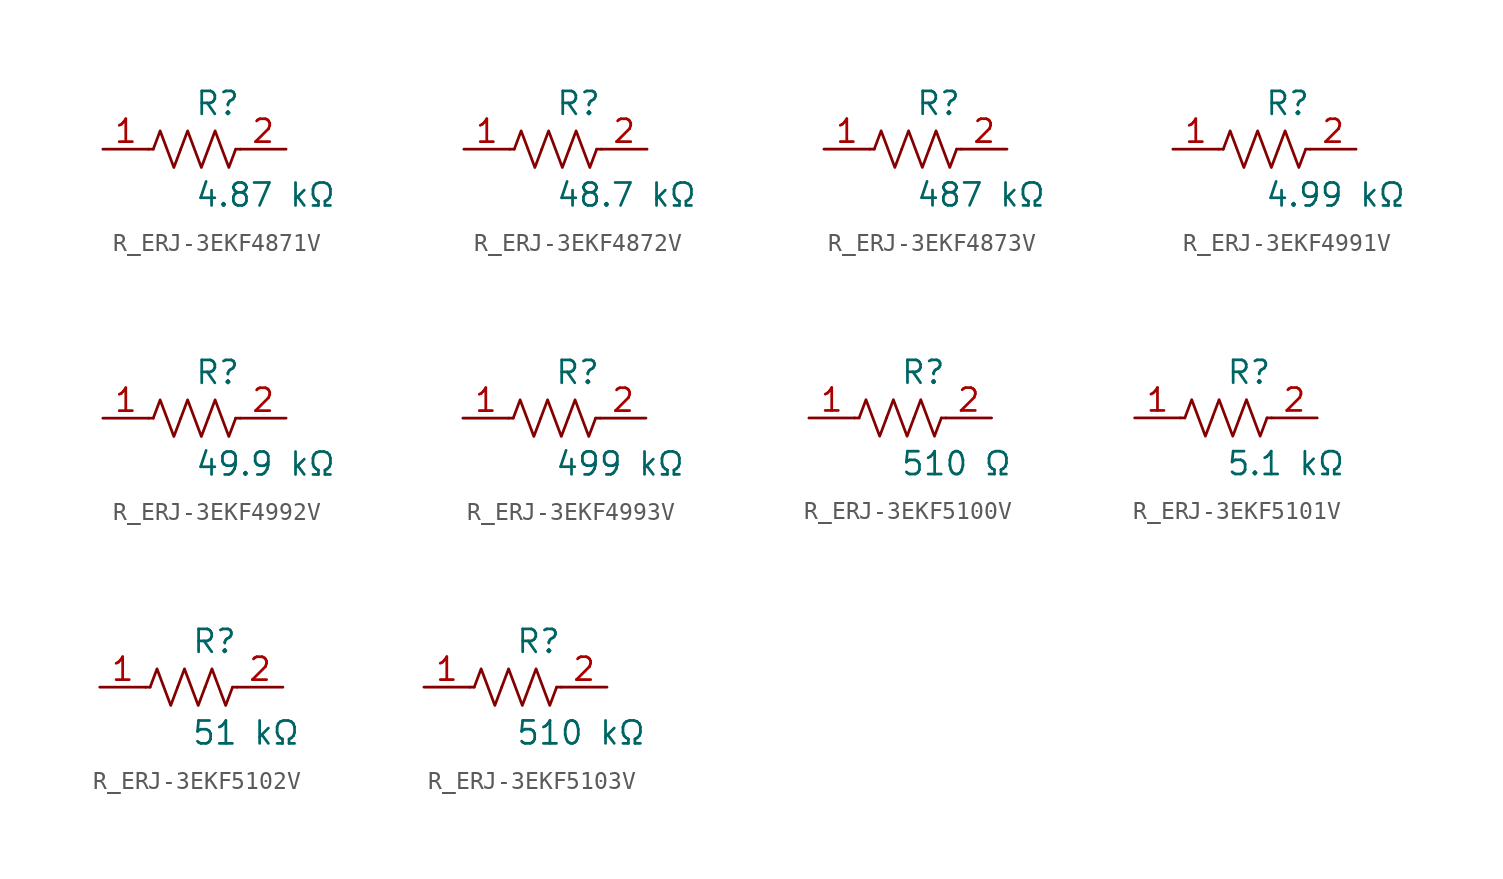
<source format=kicad_sym>
(kicad_symbol_lib
  (version 20231120)
  (generator kicad_symbol_editor)
  (generator_version 8.0)
  (symbol "R_ERJ-3EKF4871V"
    (pin_names
      (offset 0.254))
    (property "Reference" "R"
      (at 0.0 2.54 0)
      (effects (font (size 1.27 1.27)) (justify left)))
    (property "Value" "4.87 kΩ"
      (at 0.0 -2.54 0)
      (effects (font (size 1.27 1.27)) (justify left)))
    (symbol "R_ERJ-3EKF4871V_0_1"
      (polyline (pts (xy 2.286 0) (xy 2.54 0)) (stroke (width 0) (type default)) (fill (type none)))
      (polyline (pts (xy -2.286 0) (xy -2.54 0)) (stroke (width 0) (type default)) (fill (type none)))
      (polyline (pts (xy 0.762 0) (xy 1.143 1.016) (xy 1.524 0) (xy 1.905 -1.016) (xy 2.286 0)) (stroke (width 0) (type default)) (fill (type none)))
      (polyline (pts (xy -0.762 0) (xy -0.381 1.016) (xy 0 0) (xy 0.381 -1.016) (xy 0.762 0)) (stroke (width 0) (type default)) (fill (type none)))
      (polyline (pts (xy -2.286 0) (xy -1.905 1.016) (xy -1.524 0) (xy -1.143 -1.016) (xy -0.762 0)) (stroke (width 0) (type default)) (fill (type none))))
    (pin unspecified line
      (at -5.08 0 0)
      (length 2.54)
      (name "" (effects (font (size 1.27 1.27))))
      (number "1" (effects (font (size 1.27 1.27)))))
    (pin unspecified line
      (at 5.08 0 180)
      (length 2.54)
      (name "" (effects (font (size 1.27 1.27))))
      (number "2" (effects (font (size 1.27 1.27))))))
  (symbol "R_ERJ-3EKF4872V"
    (pin_names
      (offset 0.254))
    (property "Reference" "R"
      (at 0.0 2.54 0)
      (effects (font (size 1.27 1.27)) (justify left)))
    (property "Value" "48.7 kΩ"
      (at 0.0 -2.54 0)
      (effects (font (size 1.27 1.27)) (justify left)))
    (symbol "R_ERJ-3EKF4872V_0_1"
      (polyline (pts (xy 2.286 0) (xy 2.54 0)) (stroke (width 0) (type default)) (fill (type none)))
      (polyline (pts (xy -2.286 0) (xy -2.54 0)) (stroke (width 0) (type default)) (fill (type none)))
      (polyline (pts (xy 0.762 0) (xy 1.143 1.016) (xy 1.524 0) (xy 1.905 -1.016) (xy 2.286 0)) (stroke (width 0) (type default)) (fill (type none)))
      (polyline (pts (xy -0.762 0) (xy -0.381 1.016) (xy 0 0) (xy 0.381 -1.016) (xy 0.762 0)) (stroke (width 0) (type default)) (fill (type none)))
      (polyline (pts (xy -2.286 0) (xy -1.905 1.016) (xy -1.524 0) (xy -1.143 -1.016) (xy -0.762 0)) (stroke (width 0) (type default)) (fill (type none))))
    (pin unspecified line
      (at -5.08 0 0)
      (length 2.54)
      (name "" (effects (font (size 1.27 1.27))))
      (number "1" (effects (font (size 1.27 1.27)))))
    (pin unspecified line
      (at 5.08 0 180)
      (length 2.54)
      (name "" (effects (font (size 1.27 1.27))))
      (number "2" (effects (font (size 1.27 1.27))))))
  (symbol "R_ERJ-3EKF4873V"
    (pin_names
      (offset 0.254))
    (property "Reference" "R"
      (at 0.0 2.54 0)
      (effects (font (size 1.27 1.27)) (justify left)))
    (property "Value" "487 kΩ"
      (at 0.0 -2.54 0)
      (effects (font (size 1.27 1.27)) (justify left)))
    (symbol "R_ERJ-3EKF4873V_0_1"
      (polyline (pts (xy 2.286 0) (xy 2.54 0)) (stroke (width 0) (type default)) (fill (type none)))
      (polyline (pts (xy -2.286 0) (xy -2.54 0)) (stroke (width 0) (type default)) (fill (type none)))
      (polyline (pts (xy 0.762 0) (xy 1.143 1.016) (xy 1.524 0) (xy 1.905 -1.016) (xy 2.286 0)) (stroke (width 0) (type default)) (fill (type none)))
      (polyline (pts (xy -0.762 0) (xy -0.381 1.016) (xy 0 0) (xy 0.381 -1.016) (xy 0.762 0)) (stroke (width 0) (type default)) (fill (type none)))
      (polyline (pts (xy -2.286 0) (xy -1.905 1.016) (xy -1.524 0) (xy -1.143 -1.016) (xy -0.762 0)) (stroke (width 0) (type default)) (fill (type none))))
    (pin unspecified line
      (at -5.08 0 0)
      (length 2.54)
      (name "" (effects (font (size 1.27 1.27))))
      (number "1" (effects (font (size 1.27 1.27)))))
    (pin unspecified line
      (at 5.08 0 180)
      (length 2.54)
      (name "" (effects (font (size 1.27 1.27))))
      (number "2" (effects (font (size 1.27 1.27))))))
  (symbol "R_ERJ-3EKF4991V"
    (pin_names
      (offset 0.254))
    (property "Reference" "R"
      (at 0.0 2.54 0)
      (effects (font (size 1.27 1.27)) (justify left)))
    (property "Value" "4.99 kΩ"
      (at 0.0 -2.54 0)
      (effects (font (size 1.27 1.27)) (justify left)))
    (symbol "R_ERJ-3EKF4991V_0_1"
      (polyline (pts (xy 2.286 0) (xy 2.54 0)) (stroke (width 0) (type default)) (fill (type none)))
      (polyline (pts (xy -2.286 0) (xy -2.54 0)) (stroke (width 0) (type default)) (fill (type none)))
      (polyline (pts (xy 0.762 0) (xy 1.143 1.016) (xy 1.524 0) (xy 1.905 -1.016) (xy 2.286 0)) (stroke (width 0) (type default)) (fill (type none)))
      (polyline (pts (xy -0.762 0) (xy -0.381 1.016) (xy 0 0) (xy 0.381 -1.016) (xy 0.762 0)) (stroke (width 0) (type default)) (fill (type none)))
      (polyline (pts (xy -2.286 0) (xy -1.905 1.016) (xy -1.524 0) (xy -1.143 -1.016) (xy -0.762 0)) (stroke (width 0) (type default)) (fill (type none))))
    (pin unspecified line
      (at -5.08 0 0)
      (length 2.54)
      (name "" (effects (font (size 1.27 1.27))))
      (number "1" (effects (font (size 1.27 1.27)))))
    (pin unspecified line
      (at 5.08 0 180)
      (length 2.54)
      (name "" (effects (font (size 1.27 1.27))))
      (number "2" (effects (font (size 1.27 1.27))))))
  (symbol "R_ERJ-3EKF4992V"
    (pin_names
      (offset 0.254))
    (property "Reference" "R"
      (at 0.0 2.54 0)
      (effects (font (size 1.27 1.27)) (justify left)))
    (property "Value" "49.9 kΩ"
      (at 0.0 -2.54 0)
      (effects (font (size 1.27 1.27)) (justify left)))
    (symbol "R_ERJ-3EKF4992V_0_1"
      (polyline (pts (xy 2.286 0) (xy 2.54 0)) (stroke (width 0) (type default)) (fill (type none)))
      (polyline (pts (xy -2.286 0) (xy -2.54 0)) (stroke (width 0) (type default)) (fill (type none)))
      (polyline (pts (xy 0.762 0) (xy 1.143 1.016) (xy 1.524 0) (xy 1.905 -1.016) (xy 2.286 0)) (stroke (width 0) (type default)) (fill (type none)))
      (polyline (pts (xy -0.762 0) (xy -0.381 1.016) (xy 0 0) (xy 0.381 -1.016) (xy 0.762 0)) (stroke (width 0) (type default)) (fill (type none)))
      (polyline (pts (xy -2.286 0) (xy -1.905 1.016) (xy -1.524 0) (xy -1.143 -1.016) (xy -0.762 0)) (stroke (width 0) (type default)) (fill (type none))))
    (pin unspecified line
      (at -5.08 0 0)
      (length 2.54)
      (name "" (effects (font (size 1.27 1.27))))
      (number "1" (effects (font (size 1.27 1.27)))))
    (pin unspecified line
      (at 5.08 0 180)
      (length 2.54)
      (name "" (effects (font (size 1.27 1.27))))
      (number "2" (effects (font (size 1.27 1.27))))))
  (symbol "R_ERJ-3EKF4993V"
    (pin_names
      (offset 0.254))
    (property "Reference" "R"
      (at 0.0 2.54 0)
      (effects (font (size 1.27 1.27)) (justify left)))
    (property "Value" "499 kΩ"
      (at 0.0 -2.54 0)
      (effects (font (size 1.27 1.27)) (justify left)))
    (symbol "R_ERJ-3EKF4993V_0_1"
      (polyline (pts (xy 2.286 0) (xy 2.54 0)) (stroke (width 0) (type default)) (fill (type none)))
      (polyline (pts (xy -2.286 0) (xy -2.54 0)) (stroke (width 0) (type default)) (fill (type none)))
      (polyline (pts (xy 0.762 0) (xy 1.143 1.016) (xy 1.524 0) (xy 1.905 -1.016) (xy 2.286 0)) (stroke (width 0) (type default)) (fill (type none)))
      (polyline (pts (xy -0.762 0) (xy -0.381 1.016) (xy 0 0) (xy 0.381 -1.016) (xy 0.762 0)) (stroke (width 0) (type default)) (fill (type none)))
      (polyline (pts (xy -2.286 0) (xy -1.905 1.016) (xy -1.524 0) (xy -1.143 -1.016) (xy -0.762 0)) (stroke (width 0) (type default)) (fill (type none))))
    (pin unspecified line
      (at -5.08 0 0)
      (length 2.54)
      (name "" (effects (font (size 1.27 1.27))))
      (number "1" (effects (font (size 1.27 1.27)))))
    (pin unspecified line
      (at 5.08 0 180)
      (length 2.54)
      (name "" (effects (font (size 1.27 1.27))))
      (number "2" (effects (font (size 1.27 1.27))))))
  (symbol "R_ERJ-3EKF5100V"
    (pin_names
      (offset 0.254))
    (property "Reference" "R"
      (at 0.0 2.54 0)
      (effects (font (size 1.27 1.27)) (justify left)))
    (property "Value" "510 Ω"
      (at 0.0 -2.54 0)
      (effects (font (size 1.27 1.27)) (justify left)))
    (symbol "R_ERJ-3EKF5100V_0_1"
      (polyline (pts (xy 2.286 0) (xy 2.54 0)) (stroke (width 0) (type default)) (fill (type none)))
      (polyline (pts (xy -2.286 0) (xy -2.54 0)) (stroke (width 0) (type default)) (fill (type none)))
      (polyline (pts (xy 0.762 0) (xy 1.143 1.016) (xy 1.524 0) (xy 1.905 -1.016) (xy 2.286 0)) (stroke (width 0) (type default)) (fill (type none)))
      (polyline (pts (xy -0.762 0) (xy -0.381 1.016) (xy 0 0) (xy 0.381 -1.016) (xy 0.762 0)) (stroke (width 0) (type default)) (fill (type none)))
      (polyline (pts (xy -2.286 0) (xy -1.905 1.016) (xy -1.524 0) (xy -1.143 -1.016) (xy -0.762 0)) (stroke (width 0) (type default)) (fill (type none))))
    (pin unspecified line
      (at -5.08 0 0)
      (length 2.54)
      (name "" (effects (font (size 1.27 1.27))))
      (number "1" (effects (font (size 1.27 1.27)))))
    (pin unspecified line
      (at 5.08 0 180)
      (length 2.54)
      (name "" (effects (font (size 1.27 1.27))))
      (number "2" (effects (font (size 1.27 1.27))))))
  (symbol "R_ERJ-3EKF5101V"
    (pin_names
      (offset 0.254))
    (property "Reference" "R"
      (at 0.0 2.54 0)
      (effects (font (size 1.27 1.27)) (justify left)))
    (property "Value" "5.1 kΩ"
      (at 0.0 -2.54 0)
      (effects (font (size 1.27 1.27)) (justify left)))
    (symbol "R_ERJ-3EKF5101V_0_1"
      (polyline (pts (xy 2.286 0) (xy 2.54 0)) (stroke (width 0) (type default)) (fill (type none)))
      (polyline (pts (xy -2.286 0) (xy -2.54 0)) (stroke (width 0) (type default)) (fill (type none)))
      (polyline (pts (xy 0.762 0) (xy 1.143 1.016) (xy 1.524 0) (xy 1.905 -1.016) (xy 2.286 0)) (stroke (width 0) (type default)) (fill (type none)))
      (polyline (pts (xy -0.762 0) (xy -0.381 1.016) (xy 0 0) (xy 0.381 -1.016) (xy 0.762 0)) (stroke (width 0) (type default)) (fill (type none)))
      (polyline (pts (xy -2.286 0) (xy -1.905 1.016) (xy -1.524 0) (xy -1.143 -1.016) (xy -0.762 0)) (stroke (width 0) (type default)) (fill (type none))))
    (pin unspecified line
      (at -5.08 0 0)
      (length 2.54)
      (name "" (effects (font (size 1.27 1.27))))
      (number "1" (effects (font (size 1.27 1.27)))))
    (pin unspecified line
      (at 5.08 0 180)
      (length 2.54)
      (name "" (effects (font (size 1.27 1.27))))
      (number "2" (effects (font (size 1.27 1.27))))))
  (symbol "R_ERJ-3EKF5102V"
    (pin_names
      (offset 0.254))
    (property "Reference" "R"
      (at 0.0 2.54 0)
      (effects (font (size 1.27 1.27)) (justify left)))
    (property "Value" "51 kΩ"
      (at 0.0 -2.54 0)
      (effects (font (size 1.27 1.27)) (justify left)))
    (symbol "R_ERJ-3EKF5102V_0_1"
      (polyline (pts (xy 2.286 0) (xy 2.54 0)) (stroke (width 0) (type default)) (fill (type none)))
      (polyline (pts (xy -2.286 0) (xy -2.54 0)) (stroke (width 0) (type default)) (fill (type none)))
      (polyline (pts (xy 0.762 0) (xy 1.143 1.016) (xy 1.524 0) (xy 1.905 -1.016) (xy 2.286 0)) (stroke (width 0) (type default)) (fill (type none)))
      (polyline (pts (xy -0.762 0) (xy -0.381 1.016) (xy 0 0) (xy 0.381 -1.016) (xy 0.762 0)) (stroke (width 0) (type default)) (fill (type none)))
      (polyline (pts (xy -2.286 0) (xy -1.905 1.016) (xy -1.524 0) (xy -1.143 -1.016) (xy -0.762 0)) (stroke (width 0) (type default)) (fill (type none))))
    (pin unspecified line
      (at -5.08 0 0)
      (length 2.54)
      (name "" (effects (font (size 1.27 1.27))))
      (number "1" (effects (font (size 1.27 1.27)))))
    (pin unspecified line
      (at 5.08 0 180)
      (length 2.54)
      (name "" (effects (font (size 1.27 1.27))))
      (number "2" (effects (font (size 1.27 1.27))))))
  (symbol "R_ERJ-3EKF5103V"
    (pin_names
      (offset 0.254))
    (property "Reference" "R"
      (at 0.0 2.54 0)
      (effects (font (size 1.27 1.27)) (justify left)))
    (property "Value" "510 kΩ"
      (at 0.0 -2.54 0)
      (effects (font (size 1.27 1.27)) (justify left)))
    (symbol "R_ERJ-3EKF5103V_0_1"
      (polyline (pts (xy 2.286 0) (xy 2.54 0)) (stroke (width 0) (type default)) (fill (type none)))
      (polyline (pts (xy -2.286 0) (xy -2.54 0)) (stroke (width 0) (type default)) (fill (type none)))
      (polyline (pts (xy 0.762 0) (xy 1.143 1.016) (xy 1.524 0) (xy 1.905 -1.016) (xy 2.286 0)) (stroke (width 0) (type default)) (fill (type none)))
      (polyline (pts (xy -0.762 0) (xy -0.381 1.016) (xy 0 0) (xy 0.381 -1.016) (xy 0.762 0)) (stroke (width 0) (type default)) (fill (type none)))
      (polyline (pts (xy -2.286 0) (xy -1.905 1.016) (xy -1.524 0) (xy -1.143 -1.016) (xy -0.762 0)) (stroke (width 0) (type default)) (fill (type none))))
    (pin unspecified line
      (at -5.08 0 0)
      (length 2.54)
      (name "" (effects (font (size 1.27 1.27))))
      (number "1" (effects (font (size 1.27 1.27)))))
    (pin unspecified line
      (at 5.08 0 180)
      (length 2.54)
      (name "" (effects (font (size 1.27 1.27))))
      (number "2" (effects (font (size 1.27 1.27)))))))
</source>
